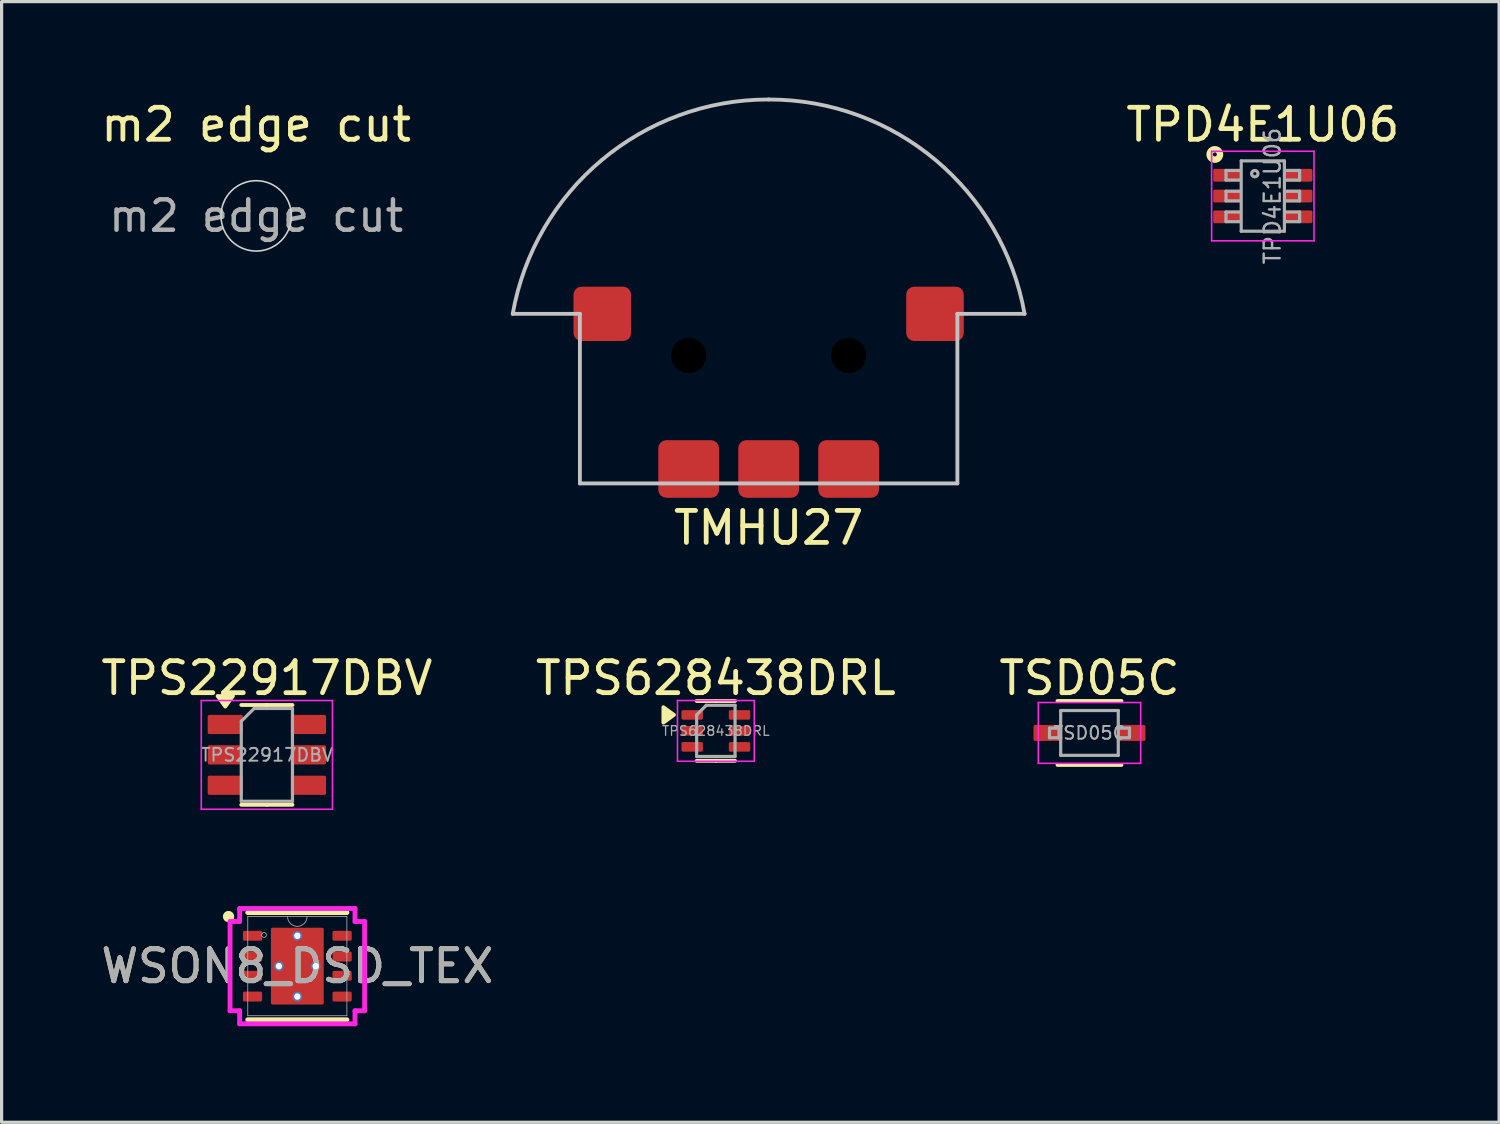
<source format=kicad_pcb>
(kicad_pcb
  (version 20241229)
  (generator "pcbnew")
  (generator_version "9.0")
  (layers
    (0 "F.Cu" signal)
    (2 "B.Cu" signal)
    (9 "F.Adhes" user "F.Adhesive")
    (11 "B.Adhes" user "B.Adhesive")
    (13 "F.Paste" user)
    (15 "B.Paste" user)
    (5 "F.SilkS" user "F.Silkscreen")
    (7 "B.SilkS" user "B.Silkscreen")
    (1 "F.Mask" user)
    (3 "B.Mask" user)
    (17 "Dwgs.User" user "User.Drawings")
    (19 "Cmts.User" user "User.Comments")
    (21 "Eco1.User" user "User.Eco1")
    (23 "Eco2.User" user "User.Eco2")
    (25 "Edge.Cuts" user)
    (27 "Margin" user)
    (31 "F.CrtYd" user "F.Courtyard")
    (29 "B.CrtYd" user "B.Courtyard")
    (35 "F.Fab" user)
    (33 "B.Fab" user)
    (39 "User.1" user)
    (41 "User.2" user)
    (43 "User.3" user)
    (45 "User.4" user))
  (footprint "m2 edge cut"
    (layer "F.Cu")
    (at 4.958 3.698)
    (property "Reference" "m2 edge cut" (at 0 -2.85 0) (layer "F.SilkS") (effects (font (size 1 1) (thickness 0.15))))
    (attr exclude_from_pos_files exclude_from_bom)
    (fp_circle (center 0 0) (end 0 -1.1) (stroke (width 0.05) (type default)) (fill no) (layer "Edge.Cuts"))
    (fp_text user "${REFERENCE}" (at 0 0 0) (layer "F.Fab") (effects (font (size 0.95 0.95) (thickness 0.14)))))
  (footprint "TPS628438DRL"
    (layer "F.Cu")
    (at 19.327 19.797)
    (property "Reference" "TPS628438DRL" (at 0 -1.65 180) (layer "F.SilkS") (effects (font (size 1 1) (thickness 0.15))))
    (attr smd)
    (fp_line (start 0 -0.935) (end -0.6 -0.935) (stroke (width 0.12) (type solid)) (layer "F.SilkS"))
    (fp_line (start 0 -0.935) (end 0.6 -0.935) (stroke (width 0.12) (type solid)) (layer "F.SilkS"))
    (fp_line (start 0 0.935) (end -0.6 0.935) (stroke (width 0.12) (type solid)) (layer "F.SilkS"))
    (fp_line (start 0 0.935) (end 0.6 0.935) (stroke (width 0.12) (type solid)) (layer "F.SilkS"))
    (fp_poly (pts (xy -1.31 -0.5) (xy -1.64 -0.74) (xy -1.64 -0.26) (xy -1.31 -0.5)) (stroke (width 0.12) (type solid)) (fill yes) (layer "F.SilkS"))
    (fp_line (start -1.2 -0.95) (end -1.2 0.95) (stroke (width 0.05) (type solid)) (layer "F.CrtYd"))
    (fp_line (start -1.2 0.95) (end 1.2 0.95) (stroke (width 0.05) (type solid)) (layer "F.CrtYd"))
    (fp_line (start 1.2 -0.95) (end -1.2 -0.95) (stroke (width 0.05) (type solid)) (layer "F.CrtYd"))
    (fp_line (start 1.2 0.95) (end 1.2 -0.95) (stroke (width 0.05) (type solid)) (layer "F.CrtYd"))
    (fp_line (start -0.6 -0.5) (end -0.3 -0.8) (stroke (width 0.1) (type solid)) (layer "F.Fab"))
    (fp_line (start -0.6 0.8) (end -0.6 -0.5) (stroke (width 0.1) (type solid)) (layer "F.Fab"))
    (fp_line (start -0.3 -0.8) (end 0.6 -0.8) (stroke (width 0.1) (type solid)) (layer "F.Fab"))
    (fp_line (start 0.6 -0.8) (end 0.6 0.8) (stroke (width 0.1) (type solid)) (layer "F.Fab"))
    (fp_line (start 0.6 0.8) (end -0.6 0.8) (stroke (width 0.1) (type solid)) (layer "F.Fab"))
    (fp_text user "${REFERENCE}" (at 0 0 180) (layer "F.Fab") (effects (font (size 0.3 0.3) (thickness 0.04))))
    (pad "1" smd roundrect (at -0.74 -0.5) (size 0.67 0.3) (layers "F.Cu" "F.Mask" "F.Paste") (roundrect_rratio 0.167))
    (pad "2" smd roundrect (at -0.74 0) (size 0.67 0.3) (layers "F.Cu" "F.Mask" "F.Paste") (roundrect_rratio 0.167))
    (pad "3" smd roundrect (at -0.74 0.5) (size 0.67 0.3) (layers "F.Cu" "F.Mask" "F.Paste") (roundrect_rratio 0.167))
    (pad "4" smd roundrect (at 0.74 0.5) (size 0.67 0.3) (layers "F.Cu" "F.Mask" "F.Paste") (roundrect_rratio 0.167))
    (pad "5" smd roundrect (at 0.74 0) (size 0.67 0.3) (layers "F.Cu" "F.Mask" "F.Paste") (roundrect_rratio 0.167))
    (pad "6" smd roundrect (at 0.74 -0.5) (size 0.67 0.3) (layers "F.Cu" "F.Mask" "F.Paste") (roundrect_rratio 0.167)))
  (footprint "TPD4E1U06"
    (layer "F.Cu")
    (at 36.424 3.078)
    (property "Reference" "TPD4E1U06" (at 0 -2.23 0) (layer "F.SilkS") (effects (font (size 1 1) (thickness 0.15))))
    (attr smd)
    (fp_circle (center -1.5 -1.3) (end -1.437 -1.3) (stroke (width 0.2) (type solid)) (fill no) (layer "F.SilkS"))
    (fp_line (start -1.6 -1.4) (end -1.6 1.4) (stroke (width 0.05) (type solid)) (layer "F.CrtYd"))
    (fp_line (start -1.6 -1.4) (end 1.6 -1.4) (stroke (width 0.05) (type solid)) (layer "F.CrtYd"))
    (fp_line (start -1.6 1.4) (end 1.6 1.4) (stroke (width 0.05) (type solid)) (layer "F.CrtYd"))
    (fp_line (start 1.6 1.4) (end 1.6 -1.4) (stroke (width 0.05) (type solid)) (layer "F.CrtYd"))
    (fp_line (start -1.15 -0.8) (end -1.15 -0.5) (stroke (width 0.1) (type solid)) (layer "F.Fab"))
    (fp_line (start -1.15 -0.8) (end -0.7 -0.8) (stroke (width 0.1) (type solid)) (layer "F.Fab"))
    (fp_line (start -1.15 -0.5) (end -0.7 -0.5) (stroke (width 0.1) (type solid)) (layer "F.Fab"))
    (fp_line (start -1.15 -0.15) (end -1.15 0.15) (stroke (width 0.1) (type solid)) (layer "F.Fab"))
    (fp_line (start -1.15 -0.15) (end -0.7 -0.15) (stroke (width 0.1) (type solid)) (layer "F.Fab"))
    (fp_line (start -1.15 0.15) (end -0.7 0.15) (stroke (width 0.1) (type solid)) (layer "F.Fab"))
    (fp_line (start -1.15 0.5) (end -1.15 0.8) (stroke (width 0.1) (type solid)) (layer "F.Fab"))
    (fp_line (start -1.15 0.5) (end -0.7 0.5) (stroke (width 0.1) (type solid)) (layer "F.Fab"))
    (fp_line (start -1.15 0.8) (end -0.7 0.8) (stroke (width 0.1) (type solid)) (layer "F.Fab"))
    (fp_line (start -0.675 -1.1) (end -0.675 1.1) (stroke (width 0.1) (type solid)) (layer "F.Fab"))
    (fp_line (start 0.675 -1.1) (end -0.675 -1.1) (stroke (width 0.1) (type solid)) (layer "F.Fab"))
    (fp_line (start 0.675 -1.1) (end 0.675 1.1) (stroke (width 0.1) (type solid)) (layer "F.Fab"))
    (fp_line (start 0.675 1.1) (end -0.675 1.1) (stroke (width 0.1) (type solid)) (layer "F.Fab"))
    (fp_line (start 1.15 -0.8) (end 0.7 -0.8) (stroke (width 0.1) (type solid)) (layer "F.Fab"))
    (fp_line (start 1.15 -0.5) (end 0.7 -0.5) (stroke (width 0.1) (type solid)) (layer "F.Fab"))
    (fp_line (start 1.15 -0.5) (end 1.15 -0.8) (stroke (width 0.1) (type solid)) (layer "F.Fab"))
    (fp_line (start 1.15 -0.15) (end 0.7 -0.15) (stroke (width 0.1) (type solid)) (layer "F.Fab"))
    (fp_line (start 1.15 0.15) (end 0.7 0.15) (stroke (width 0.1) (type solid)) (layer "F.Fab"))
    (fp_line (start 1.15 0.15) (end 1.15 -0.15) (stroke (width 0.1) (type solid)) (layer "F.Fab"))
    (fp_line (start 1.15 0.5) (end 0.7 0.5) (stroke (width 0.1) (type solid)) (layer "F.Fab"))
    (fp_line (start 1.15 0.8) (end 0.7 0.8) (stroke (width 0.1) (type solid)) (layer "F.Fab"))
    (fp_line (start 1.15 0.8) (end 1.15 0.5) (stroke (width 0.1) (type solid)) (layer "F.Fab"))
    (fp_circle (center -0.25 -0.7) (end -0.15 -0.7) (stroke (width 0.1) (type solid)) (fill no) (layer "F.Fab"))
    (fp_text user "${REFERENCE}" (at 0.3 0 90) (layer "F.Fab") (effects (font (size 0.5 0.5) (thickness 0.075))))
    (pad "1" smd roundrect (at -1.1 -0.65) (size 0.9 0.4) (layers "F.Cu" "F.Mask" "F.Paste") (roundrect_rratio 0.125))
    (pad "2" smd roundrect (at -1.1 0) (size 0.9 0.4) (layers "F.Cu" "F.Mask" "F.Paste") (roundrect_rratio 0.125))
    (pad "3" smd roundrect (at -1.1 0.65) (size 0.9 0.4) (layers "F.Cu" "F.Mask" "F.Paste") (roundrect_rratio 0.125))
    (pad "4" smd roundrect (at 1.1 0.65) (size 0.9 0.4) (layers "F.Cu" "F.Mask" "F.Paste") (roundrect_rratio 0.125))
    (pad "5" smd roundrect (at 1.1 0) (size 0.9 0.4) (layers "F.Cu" "F.Mask" "F.Paste") (roundrect_rratio 0.125))
    (pad "6" smd roundrect (at 1.1 -0.65) (size 0.9 0.4) (layers "F.Cu" "F.Mask" "F.Paste") (roundrect_rratio 0.125)))
  (footprint "WSON8_DSD_TEX"
    (layer "F.Cu")
    (at 6.244 27.151)
    (property "Reference" "WSON8_DSD_TEX" (at 0 0 0) (unlocked yes) (layer "F.SilkS") (effects (font (size 1 1) (thickness 0.15))))
    (attr smd)
    (fp_line (start -1.55 1.676) (end 1.55 1.676) (stroke (width 0.152) (type solid)) (layer "F.SilkS"))
    (fp_line (start 1.55 -1.676) (end -1.55 -1.676) (stroke (width 0.152) (type solid)) (layer "F.SilkS"))
    (fp_circle (center -2.15 -1.55) (end -2.05 -1.55) (stroke (width 0.152) (type solid)) (fill yes) (layer "F.SilkS"))
    (fp_line (start -2.103 -1.395) (end -1.803 -1.395) (stroke (width 0.152) (type solid)) (layer "F.CrtYd"))
    (fp_line (start -2.103 1.395) (end -2.103 -1.395) (stroke (width 0.152) (type solid)) (layer "F.CrtYd"))
    (fp_line (start -2.103 1.395) (end -1.803 1.395) (stroke (width 0.152) (type solid)) (layer "F.CrtYd"))
    (fp_line (start -1.803 -1.803) (end 1.803 -1.803) (stroke (width 0.152) (type solid)) (layer "F.CrtYd"))
    (fp_line (start -1.803 -1.395) (end -1.803 -1.803) (stroke (width 0.152) (type solid)) (layer "F.CrtYd"))
    (fp_line (start -1.803 1.803) (end -1.803 1.395) (stroke (width 0.152) (type solid)) (layer "F.CrtYd"))
    (fp_line (start 1.803 -1.803) (end 1.803 -1.395) (stroke (width 0.152) (type solid)) (layer "F.CrtYd"))
    (fp_line (start 1.803 1.395) (end 1.803 1.803) (stroke (width 0.152) (type solid)) (layer "F.CrtYd"))
    (fp_line (start 1.803 1.803) (end -1.803 1.803) (stroke (width 0.152) (type solid)) (layer "F.CrtYd"))
    (fp_line (start 2.103 -1.395) (end 1.803 -1.395) (stroke (width 0.152) (type solid)) (layer "F.CrtYd"))
    (fp_line (start 2.103 -1.395) (end 2.103 1.395) (stroke (width 0.152) (type solid)) (layer "F.CrtYd"))
    (fp_line (start 2.103 1.395) (end 1.803 1.395) (stroke (width 0.152) (type solid)) (layer "F.CrtYd"))
    (fp_line (start -1.549 -1.549) (end -1.549 1.549) (stroke (width 0.025) (type solid)) (layer "F.Fab"))
    (fp_line (start -1.549 1.549) (end 1.549 1.549) (stroke (width 0.025) (type solid)) (layer "F.Fab"))
    (fp_line (start 1.549 -1.549) (end -1.549 -1.549) (stroke (width 0.025) (type solid)) (layer "F.Fab"))
    (fp_line (start 1.549 1.549) (end 1.549 -1.549) (stroke (width 0.025) (type solid)) (layer "F.Fab"))
    (fp_arc (start 0.3048 -1.5494) (mid 0 -1.2446) (end -0.3048 -1.5494) (stroke (width 0.0254) (type solid)) (layer "F.Fab"))
    (fp_circle (center -1.041 -0.975) (end -0.965 -0.975) (stroke (width 0.025) (type solid)) (fill no) (layer "F.Fab"))
    (fp_text user "${REFERENCE}" (at 0 0 0) (unlocked yes) (layer "F.Fab") (effects (font (size 1 1) (thickness 0.15))))
    (pad "" smd roundrect (at 0 -0.65) (size 1.4 0.9) (layers "F.Paste") (roundrect_rratio 0.089))
    (pad "" smd roundrect (at 0 0.65) (size 1.4 0.9) (layers "F.Paste") (roundrect_rratio 0.089))
    (pad "1" smd roundrect (at -1.4 -0.95) (size 0.6 0.31) (layers "F.Cu" "F.Mask" "F.Paste") (roundrect_rratio 0.151))
    (pad "2" smd roundrect (at -1.4 -0.3) (size 0.6 0.31) (layers "F.Cu" "F.Mask" "F.Paste") (roundrect_rratio 0.151))
    (pad "3" smd roundrect (at -1.4 0.3) (size 0.6 0.31) (layers "F.Cu" "F.Mask" "F.Paste") (roundrect_rratio 0.151))
    (pad "4" smd roundrect (at -1.4 0.95) (size 0.6 0.31) (layers "F.Cu" "F.Mask" "F.Paste") (roundrect_rratio 0.151))
    (pad "5" smd roundrect (at 1.4 0.95) (size 0.6 0.31) (layers "F.Cu" "F.Mask" "F.Paste") (roundrect_rratio 0.151))
    (pad "6" smd roundrect (at 1.4 0.3) (size 0.6 0.31) (layers "F.Cu" "F.Mask" "F.Paste") (roundrect_rratio 0.151))
    (pad "7" smd roundrect (at 1.4 -0.3) (size 0.6 0.31) (layers "F.Cu" "F.Mask" "F.Paste") (roundrect_rratio 0.151))
    (pad "8" smd roundrect (at 1.4 -0.95) (size 0.6 0.31) (layers "F.Cu" "F.Mask" "F.Paste") (roundrect_rratio 0.151))
    (pad "GND" thru_hole circle (at -0.575 0) (size 0.3 0.3) (drill 0.2) (layers "*.Cu" "F.Mask"))
    (pad "GND" thru_hole circle (at 0 -0.95) (size 0.3 0.3) (drill 0.2) (layers "*.Cu" "F.Mask"))
    (pad "GND" smd roundrect (at 0 0) (size 1.65 2.4) (layers "F.Cu" "F.Mask") (roundrect_rratio 0.029))
    (pad "GND" thru_hole circle (at 0 0.95) (size 0.3 0.3) (drill 0.2) (layers "*.Cu" "F.Mask"))
    (pad "GND" thru_hole circle (at 0.575 0) (size 0.3 0.3) (drill 0.2) (layers "*.Cu" "F.Mask")))
  (footprint "TSD05C"
    (layer "F.Cu")
    (at 31.006 19.861)
    (property "Reference" "TSD05C" (at 0 -1.714 0) (layer "F.SilkS") (effects (font (size 1 1) (thickness 0.15))))
    (attr smd)
    (fp_line (start -1 1) (end 1 1) (stroke (width 0.12) (type solid)) (layer "F.SilkS"))
    (fp_line (start 1 -1) (end -1 -1) (stroke (width 0.12) (type solid)) (layer "F.SilkS"))
    (fp_line (start -1.6 -0.95) (end -1.6 0.95) (stroke (width 0.05) (type solid)) (layer "F.CrtYd"))
    (fp_line (start -1.6 -0.95) (end 1.6 -0.95) (stroke (width 0.05) (type solid)) (layer "F.CrtYd"))
    (fp_line (start -1.6 0.95) (end 1.6 0.95) (stroke (width 0.05) (type solid)) (layer "F.CrtYd"))
    (fp_line (start 1.6 -0.95) (end 1.6 0.95) (stroke (width 0.05) (type solid)) (layer "F.CrtYd"))
    (fp_line (start -1.25 -0.15) (end -1.25 0.15) (stroke (width 0.1) (type solid)) (layer "F.Fab"))
    (fp_line (start -1.25 -0.15) (end -0.9 -0.15) (stroke (width 0.1) (type solid)) (layer "F.Fab"))
    (fp_line (start -1.25 0.15) (end -0.9 0.15) (stroke (width 0.1) (type solid)) (layer "F.Fab"))
    (fp_line (start -0.9 -0.7) (end 0.9 -0.7) (stroke (width 0.1) (type solid)) (layer "F.Fab"))
    (fp_line (start -0.9 0.7) (end -0.9 -0.7) (stroke (width 0.1) (type solid)) (layer "F.Fab"))
    (fp_line (start 0.9 -0.7) (end 0.9 0.7) (stroke (width 0.1) (type solid)) (layer "F.Fab"))
    (fp_line (start 0.9 0.7) (end -0.9 0.7) (stroke (width 0.1) (type solid)) (layer "F.Fab"))
    (fp_line (start 1.25 -0.15) (end 0.9 -0.15) (stroke (width 0.1) (type solid)) (layer "F.Fab"))
    (fp_line (start 1.25 0.15) (end 0.9 0.15) (stroke (width 0.1) (type solid)) (layer "F.Fab"))
    (fp_line (start 1.25 0.15) (end 1.25 -0.15) (stroke (width 0.1) (type solid)) (layer "F.Fab"))
    (fp_text user "${REFERENCE}" (at 0 0 0) (layer "F.Fab") (effects (font (size 0.4 0.4) (thickness 0.06))))
    (pad "1" smd roundrect (at -1.3 0) (size 0.9 0.5) (layers "F.Cu" "F.Mask" "F.Paste") (roundrect_rratio 0.1))
    (pad "2" smd roundrect (at 1.3 0) (size 0.9 0.5) (layers "F.Cu" "F.Mask" "F.Paste") (roundrect_rratio 0.1)))
  (footprint "TMHU27"
    (layer "F.Cu")
    (at 20.977 8.06)
    (property "Reference" "TMHU27" (at 0 5.39 0) (unlocked yes) (layer "F.SilkS") (effects (font (size 1 1) (thickness 0.15))))
    (attr smd)
    (fp_line (start -5.9 -1.3) (end -8 -1.3) (stroke (width 0.12) (type solid)) (layer "Dwgs.User"))
    (fp_line (start -5.9 4) (end -5.9 -1.3) (stroke (width 0.12) (type solid)) (layer "Dwgs.User"))
    (fp_line (start -5.9 4) (end 5.9 4) (stroke (width 0.12) (type solid)) (layer "Dwgs.User"))
    (fp_line (start 5.9 -1.3) (end 8 -1.3) (stroke (width 0.12) (type solid)) (layer "Dwgs.User"))
    (fp_line (start 5.9 4) (end 5.9 -1.3) (stroke (width 0.12) (type solid)) (layer "Dwgs.User"))
    (fp_arc (start -8 -1.3) (mid -5.2193 -6.105881) (end 0 -8) (stroke (width 0.12) (type solid)) (layer "Dwgs.User"))
    (fp_arc (start 0 -8) (mid 5.2193 -6.105881) (end 8 -1.3) (stroke (width 0.12) (type solid)) (layer "Dwgs.User"))
    (pad "" np_thru_hole circle (at -2.5 0) (size 1.1 1.1) (drill 1.1) (layers "*.Mask"))
    (pad "" np_thru_hole circle (at 2.5 0) (size 1.1 1.1) (drill 1.1) (layers "*.Mask"))
    (pad "1" smd roundrect (at -2.5 3.55) (size 1.9 1.8) (layers "F.Cu" "F.Mask" "F.Paste") (roundrect_rratio 0.139))
    (pad "2" smd roundrect (at 2.5 3.55) (size 1.9 1.8) (layers "F.Cu" "F.Mask" "F.Paste") (roundrect_rratio 0.139))
    (pad "3" smd roundrect (at 0 3.55) (size 1.9 1.8) (layers "F.Cu" "F.Mask" "F.Paste") (roundrect_rratio 0.139))
    (pad "MP" smd roundrect (at -5.2 -1.3) (size 1.8 1.7) (layers "F.Cu" "F.Mask" "F.Paste") (roundrect_rratio 0.147))
    (pad "MP" smd roundrect (at 5.2 -1.3) (size 1.8 1.7) (layers "F.Cu" "F.Mask" "F.Paste") (roundrect_rratio 0.147)))
  (footprint "TPS22917DBV"
    (layer "F.Cu")
    (at 5.292 20.547)
    (property "Reference" "TPS22917DBV" (at 0 -2.4 0) (layer "F.SilkS") (effects (font (size 1 1) (thickness 0.15))))
    (attr smd)
    (fp_line (start 0 -1.56) (end -0.8 -1.56) (stroke (width 0.12) (type solid)) (layer "F.SilkS"))
    (fp_line (start 0 -1.56) (end 0.8 -1.56) (stroke (width 0.12) (type solid)) (layer "F.SilkS"))
    (fp_line (start 0 1.56) (end -0.8 1.56) (stroke (width 0.12) (type solid)) (layer "F.SilkS"))
    (fp_line (start 0 1.56) (end 0.8 1.56) (stroke (width 0.12) (type solid)) (layer "F.SilkS"))
    (fp_poly (pts (xy -1.3 -1.51) (xy -1.54 -1.84) (xy -1.06 -1.84) (xy -1.3 -1.51)) (stroke (width 0.12) (type solid)) (fill yes) (layer "F.SilkS"))
    (fp_line (start -2.05 -1.7) (end -2.05 1.7) (stroke (width 0.05) (type solid)) (layer "F.CrtYd"))
    (fp_line (start -2.05 1.7) (end 2.05 1.7) (stroke (width 0.05) (type solid)) (layer "F.CrtYd"))
    (fp_line (start 2.05 -1.7) (end -2.05 -1.7) (stroke (width 0.05) (type solid)) (layer "F.CrtYd"))
    (fp_line (start 2.05 1.7) (end 2.05 -1.7) (stroke (width 0.05) (type solid)) (layer "F.CrtYd"))
    (fp_line (start -0.8 -1.05) (end -0.4 -1.45) (stroke (width 0.1) (type solid)) (layer "F.Fab"))
    (fp_line (start -0.8 1.45) (end -0.8 -1.05) (stroke (width 0.1) (type solid)) (layer "F.Fab"))
    (fp_line (start -0.4 -1.45) (end 0.8 -1.45) (stroke (width 0.1) (type solid)) (layer "F.Fab"))
    (fp_line (start 0.8 -1.45) (end 0.8 1.45) (stroke (width 0.1) (type solid)) (layer "F.Fab"))
    (fp_line (start 0.8 1.45) (end -0.8 1.45) (stroke (width 0.1) (type solid)) (layer "F.Fab"))
    (fp_text user "${REFERENCE}" (at 0 0 0) (layer "F.Fab") (effects (font (size 0.4 0.4) (thickness 0.06))))
    (pad "1" smd roundrect (at -1.3 -0.95) (size 1.1 0.6) (layers "F.Cu" "F.Mask" "F.Paste") (roundrect_rratio 0.083))
    (pad "2" smd roundrect (at -1.3 0) (size 1.1 0.6) (layers "F.Cu" "F.Mask" "F.Paste") (roundrect_rratio 0.083))
    (pad "3" smd roundrect (at -1.3 0.95) (size 1.1 0.6) (layers "F.Cu" "F.Mask" "F.Paste") (roundrect_rratio 0.083))
    (pad "4" smd roundrect (at 1.3 0.95) (size 1.1 0.6) (layers "F.Cu" "F.Mask" "F.Paste") (roundrect_rratio 0.083))
    (pad "5" smd roundrect (at 1.3 0) (size 1.1 0.6) (layers "F.Cu" "F.Mask" "F.Paste") (roundrect_rratio 0.083))
    (pad "6" smd roundrect (at 1.3 -0.95) (size 1.1 0.6) (layers "F.Cu" "F.Mask" "F.Paste") (roundrect_rratio 0.083)))
  (gr_rect
    (start -3 -3)
    (end 43.81 32.031)
    (stroke (width 0.1) (type default))
    (fill no)
    (layer "Edge.Cuts")))
</source>
